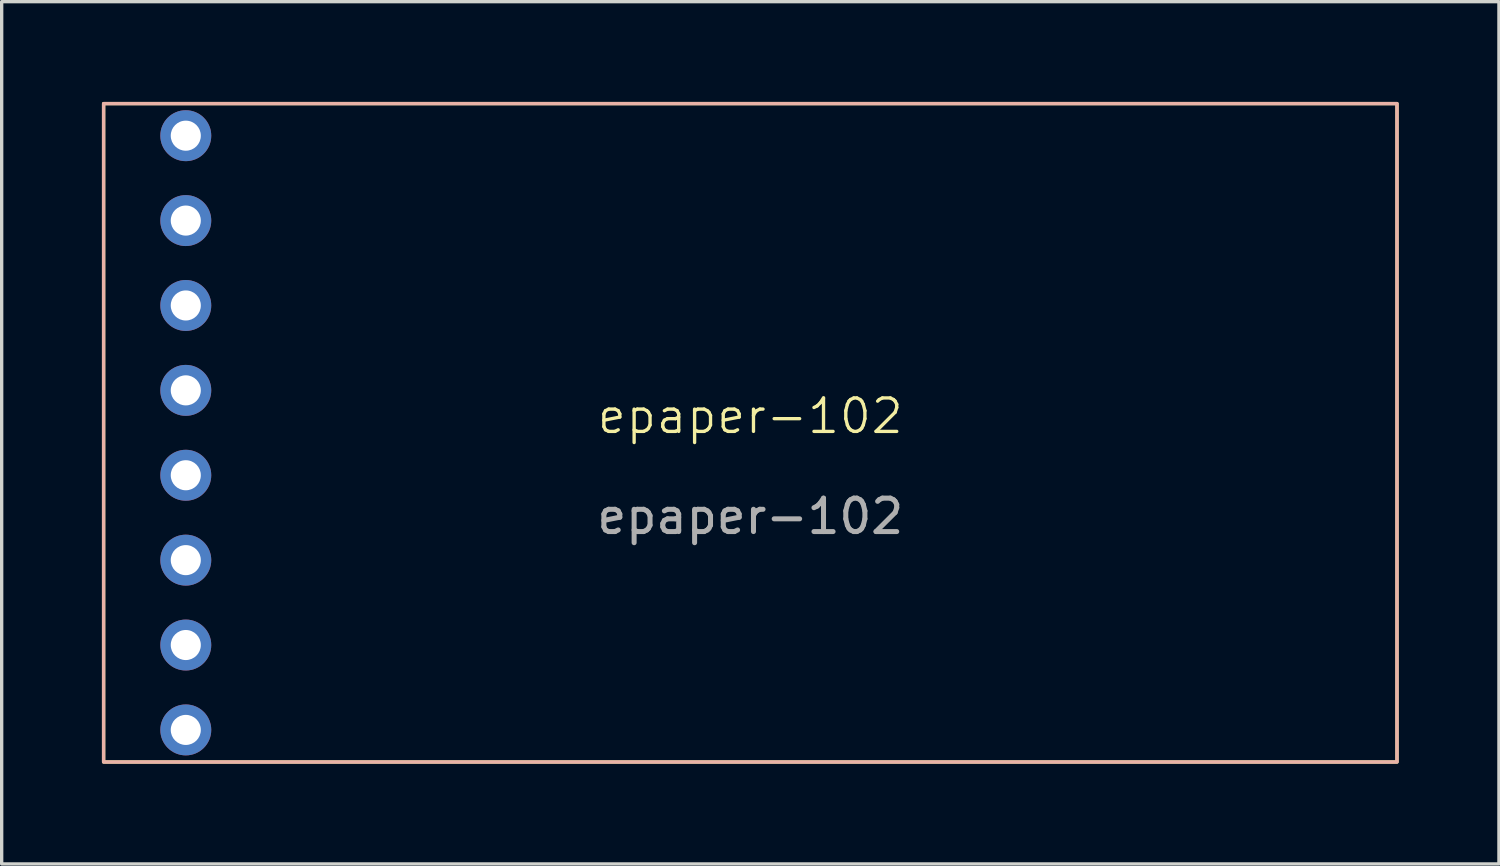
<source format=kicad_pcb>
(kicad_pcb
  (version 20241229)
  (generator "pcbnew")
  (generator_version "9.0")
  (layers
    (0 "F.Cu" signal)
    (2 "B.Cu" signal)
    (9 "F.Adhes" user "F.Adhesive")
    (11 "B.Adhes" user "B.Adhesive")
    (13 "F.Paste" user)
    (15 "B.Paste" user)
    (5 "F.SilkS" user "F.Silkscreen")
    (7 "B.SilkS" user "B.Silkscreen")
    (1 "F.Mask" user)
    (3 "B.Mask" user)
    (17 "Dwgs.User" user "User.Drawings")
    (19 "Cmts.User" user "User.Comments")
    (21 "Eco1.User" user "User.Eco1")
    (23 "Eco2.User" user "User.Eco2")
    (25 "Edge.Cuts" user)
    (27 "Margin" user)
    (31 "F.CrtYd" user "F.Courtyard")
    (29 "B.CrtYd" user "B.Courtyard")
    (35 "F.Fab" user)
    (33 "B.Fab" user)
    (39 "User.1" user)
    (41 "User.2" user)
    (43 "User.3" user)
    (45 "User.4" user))
  (footprint "epaper-102"
    (layer "F.Cu")
    (at 19.4 9.9)
    (property "Reference" "epaper-102" (at 0 -0.5 0) (unlocked yes) (layer "F.SilkS") (effects (font (size 1 1) (thickness 0.1))))
    (attr through_hole)
    (fp_rect (start -19.35 -9.85) (end 19.35 9.85) (stroke (width 0.1) (type default)) (fill no) (layer "F.SilkS"))
    (fp_rect (start 19.35 -9.85) (end -19.35 9.85) (stroke (width 0.1) (type default)) (fill no) (layer "B.SilkS"))
    (fp_text user "${REFERENCE}" (at 0 2.5 0) (unlocked yes) (layer "F.Fab") (effects (font (size 1 1) (thickness 0.15))))
    (pad "1" thru_hole circle (at -16.891 8.89) (size 1.524 1.524) (drill 0.9) (layers "*.Cu" "*.Mask"))
    (pad "2" thru_hole circle (at -16.891 6.35) (size 1.524 1.524) (drill 0.9) (layers "*.Cu" "*.Mask"))
    (pad "3" thru_hole circle (at -16.891 3.81) (size 1.524 1.524) (drill 0.9) (layers "*.Cu" "*.Mask"))
    (pad "4" thru_hole circle (at -16.891 1.27) (size 1.524 1.524) (drill 0.9) (layers "*.Cu" "*.Mask"))
    (pad "5" thru_hole circle (at -16.891 -1.27) (size 1.524 1.524) (drill 0.9) (layers "*.Cu" "*.Mask"))
    (pad "6" thru_hole circle (at -16.891 -3.81) (size 1.524 1.524) (drill 0.9) (layers "*.Cu" "*.Mask"))
    (pad "7" thru_hole circle (at -16.891 -6.35) (size 1.524 1.524) (drill 0.9) (layers "*.Cu" "*.Mask"))
    (pad "8" thru_hole circle (at -16.891 -8.89) (size 1.524 1.524) (drill 0.9) (layers "*.Cu" "*.Mask")))
  (gr_rect
    (start -3 -3)
    (end 41.8 22.8)
    (stroke (width 0.1) (type default))
    (fill no)
    (layer "Edge.Cuts")))
</source>
